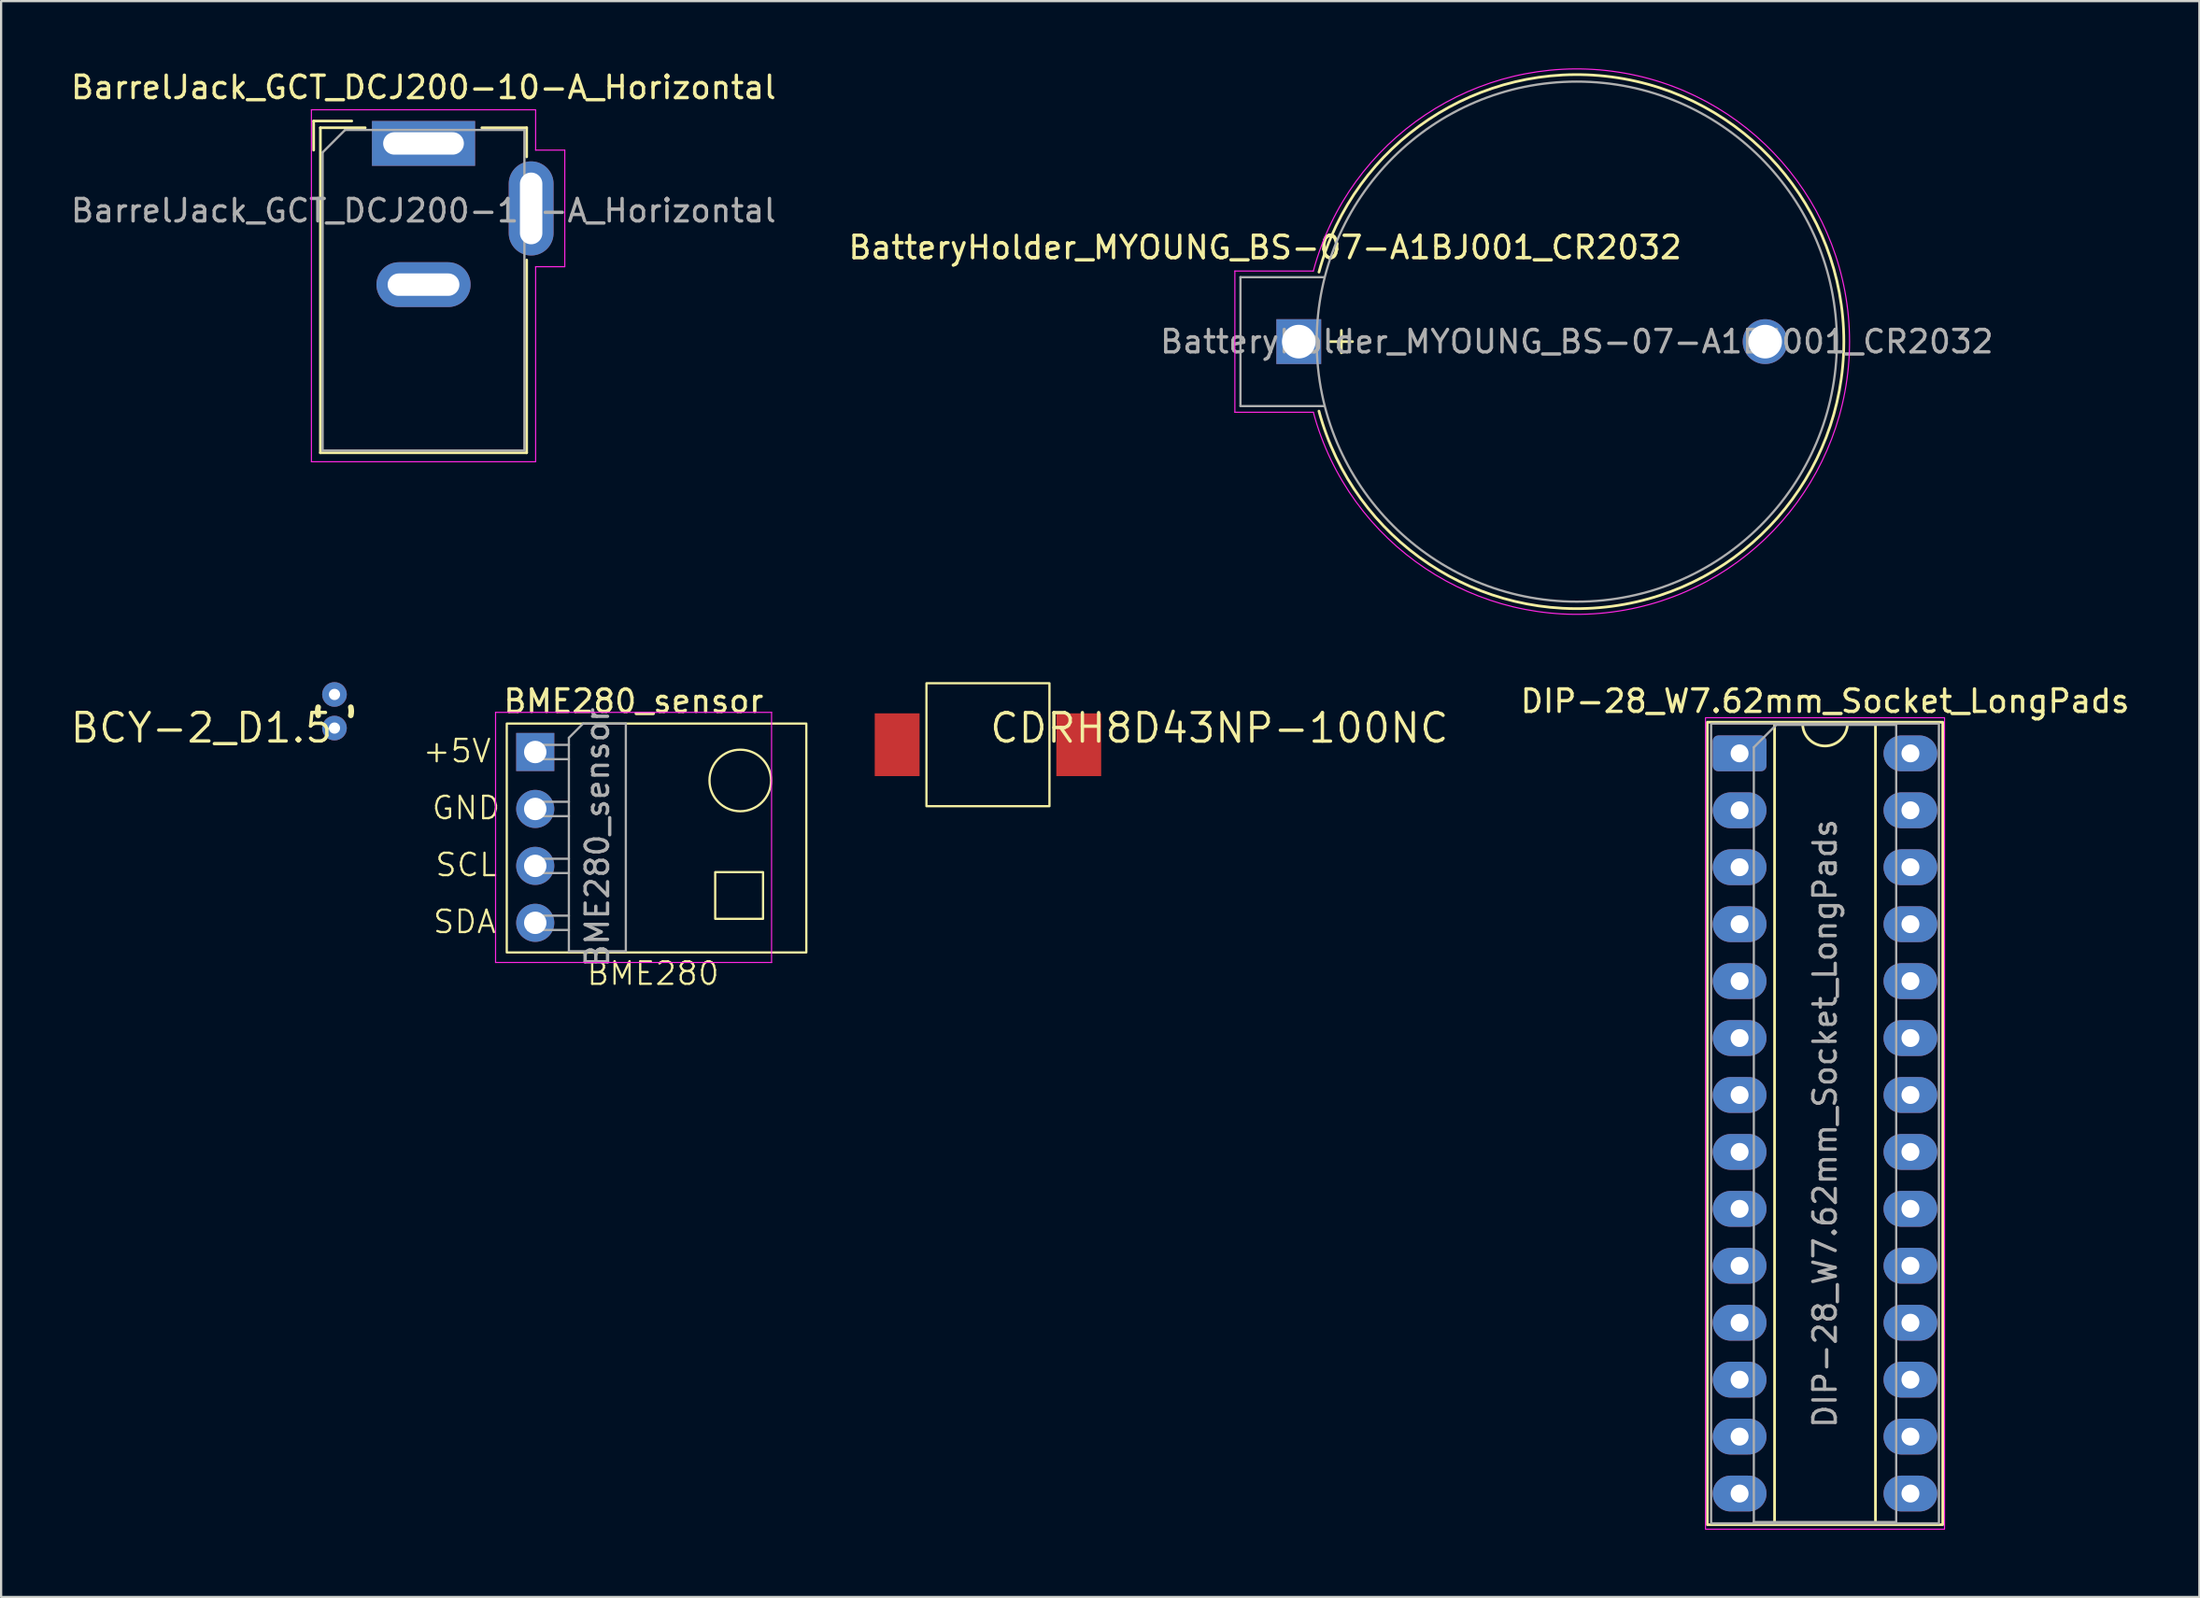
<source format=kicad_pcb>
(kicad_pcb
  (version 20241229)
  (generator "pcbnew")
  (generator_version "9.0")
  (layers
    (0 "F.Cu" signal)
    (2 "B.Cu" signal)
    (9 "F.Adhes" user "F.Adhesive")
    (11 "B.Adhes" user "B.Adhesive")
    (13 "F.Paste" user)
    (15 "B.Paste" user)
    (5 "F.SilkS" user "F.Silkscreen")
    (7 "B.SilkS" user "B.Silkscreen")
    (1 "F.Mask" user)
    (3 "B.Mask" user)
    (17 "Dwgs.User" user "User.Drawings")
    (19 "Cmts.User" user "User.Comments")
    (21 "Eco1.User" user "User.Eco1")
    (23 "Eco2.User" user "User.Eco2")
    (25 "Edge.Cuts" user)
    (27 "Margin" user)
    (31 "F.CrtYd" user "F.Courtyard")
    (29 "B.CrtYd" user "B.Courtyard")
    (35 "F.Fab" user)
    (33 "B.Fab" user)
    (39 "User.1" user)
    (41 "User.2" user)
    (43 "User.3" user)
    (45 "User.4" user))
  (footprint "BCY-2_D1.5"
    (layer "F.Cu")
    (at 11.868 28.68)
    (property "Reference" "BCY-2_D1.5" (at 0 0 180) (layer "F.SilkS") (effects (font (size 1.27 1.27) (thickness 0.15)) (justify right top)))
    (fp_arc (start -0.727 0.182) (mid -0.7495 0) (end -0.727 -0.182) (stroke (width 0.25) (type solid)) (layer "F.SilkS"))
    (fp_arc (start 0.727 -0.182) (mid 0.7495 0) (end 0.727 0.182) (stroke (width 0.25) (type solid)) (layer "F.SilkS"))
    (pad "1" thru_hole circle (at 0 -0.75) (size 1.1 1.1) (drill 0.5) (layers "*.Cu" "*.Mask"))
    (pad "2" thru_hole circle (at 0 0.75) (size 1.1 1.1) (drill 0.5) (layers "*.Cu" "*.Mask")))
  (footprint "BarrelJack_GCT_DCJ200-10-A_Horizontal"
    (layer "F.Cu")
    (at 15.839 3.348)
    (property "Reference" "BarrelJack_GCT_DCJ200-10-A_Horizontal" (at 0 -2.5 180) (layer "F.SilkS") (effects (font (size 1 1) (thickness 0.15))))
    (attr through_hole)
    (fp_line (start -4.9 -1) (end -4.9 0.3) (stroke (width 0.12) (type solid)) (layer "F.SilkS"))
    (fp_line (start -4.6 -0.7) (end -2.6 -0.7) (stroke (width 0.12) (type solid)) (layer "F.SilkS"))
    (fp_line (start -4.6 13.8) (end -4.6 -0.7) (stroke (width 0.12) (type solid)) (layer "F.SilkS"))
    (fp_line (start -3.2 -1) (end -4.9 -1) (stroke (width 0.12) (type solid)) (layer "F.SilkS"))
    (fp_line (start 2.6 -0.7) (end 4.6 -0.7) (stroke (width 0.12) (type solid)) (layer "F.SilkS"))
    (fp_line (start 4.6 -0.7) (end 4.6 0.6) (stroke (width 0.12) (type solid)) (layer "F.SilkS"))
    (fp_line (start 4.6 5.2) (end 4.6 13.8) (stroke (width 0.12) (type solid)) (layer "F.SilkS"))
    (fp_line (start 4.6 13.8) (end -4.6 13.8) (stroke (width 0.12) (type solid)) (layer "F.SilkS"))
    (fp_line (start -5 -1.5) (end -5 14.2) (stroke (width 0.05) (type solid)) (layer "F.CrtYd"))
    (fp_line (start -5 14.2) (end 5 14.2) (stroke (width 0.05) (type solid)) (layer "F.CrtYd"))
    (fp_line (start 5 -1.5) (end -5 -1.5) (stroke (width 0.05) (type solid)) (layer "F.CrtYd"))
    (fp_line (start 5 0.3) (end 5 -1.5) (stroke (width 0.05) (type solid)) (layer "F.CrtYd"))
    (fp_line (start 5 14.2) (end 5 5.5) (stroke (width 0.05) (type solid)) (layer "F.CrtYd"))
    (fp_line (start 6.3 0.3) (end 5 0.3) (stroke (width 0.05) (type solid)) (layer "F.CrtYd"))
    (fp_line (start 6.3 0.3) (end 6.3 5.5) (stroke (width 0.05) (type solid)) (layer "F.CrtYd"))
    (fp_line (start 6.3 5.5) (end 5 5.5) (stroke (width 0.05) (type solid)) (layer "F.CrtYd"))
    (fp_line (start -4.5 0.4) (end -3.5 -0.6) (stroke (width 0.1) (type solid)) (layer "F.Fab"))
    (fp_line (start -4.5 13.7) (end -4.5 0.4) (stroke (width 0.1) (type solid)) (layer "F.Fab"))
    (fp_line (start 4.5 -0.6) (end -3.5 -0.6) (stroke (width 0.1) (type solid)) (layer "F.Fab"))
    (fp_line (start 4.5 -0.6) (end 4.5 13.7) (stroke (width 0.1) (type solid)) (layer "F.Fab"))
    (fp_line (start 4.5 13.7) (end -4.5 13.7) (stroke (width 0.1) (type solid)) (layer "F.Fab"))
    (fp_text user "${REFERENCE}" (at 0 3 180) (layer "F.Fab") (effects (font (size 1 1) (thickness 0.15))))
    (pad "1" thru_hole rect (at 0 0) (size 4.6 2) (drill oval 3.6 1) (layers "*.Cu" "*.Mask"))
    (pad "2" thru_hole oval (at 0 6.3) (size 4.2 2) (drill oval 3.2 1) (layers "*.Cu" "*.Mask"))
    (pad "3" thru_hole oval (at 4.8 2.9) (size 2 4.2) (drill oval 1 3.2) (layers "*.Cu" "*.Mask")))
  (footprint "CDRH8D43NP-100NC"
    (layer "F.Cu")
    (at 41.013 30.173)
    (property "Reference" "CDRH8D43NP-100NC" (at 0 0 0) (layer "F.SilkS") (effects (font (size 1.27 1.27) (thickness 0.15)) (justify left bottom)))
    (fp_rect (start -2.743 -2.743) (end 2.743 2.743) (stroke (width 0.1) (type default)) (fill no) (layer "F.SilkS"))
    (pad "1" smd rect (at -4.05 0) (size 2 2.8) (layers "F.Cu" "F.Mask" "F.Paste"))
    (pad "2" smd rect (at 4.05 0) (size 2 2.8) (layers "F.Cu" "F.Mask" "F.Paste")))
  (footprint "BatteryHolder_MYOUNG_BS-07-A1BJ001_CR2032"
    (layer "F.Cu")
    (at 54.875 12.19)
    (property "Reference" "BatteryHolder_MYOUNG_BS-07-A1BJ001_CR2032" (at -1.5 -4.2 0) (unlocked yes) (layer "F.SilkS") (effects (font (size 1 1) (thickness 0.15))))
    (attr through_hole)
    (fp_line (start 1.4 0) (end 2.4 0) (stroke (width 0.12) (type default)) (layer "F.SilkS"))
    (fp_line (start 1.9 -0.5) (end 1.9 0.5) (stroke (width 0.12) (type default)) (layer "F.SilkS"))
    (fp_arc (start 0.900001 -3.1) (mid 24.310499 0) (end 0.900001 3.1) (stroke (width 0.12) (type default)) (layer "F.SilkS"))
    (fp_line (start -2.85 -3.15) (end 0.65 -3.15) (stroke (width 0.05) (type default)) (layer "F.CrtYd"))
    (fp_line (start -2.85 3.15) (end -2.85 -3.15) (stroke (width 0.05) (type default)) (layer "F.CrtYd"))
    (fp_line (start 0.65 3.15) (end -2.85 3.15) (stroke (width 0.05) (type default)) (layer "F.CrtYd"))
    (fp_arc (start 0.65 -3.15) (mid 24.564907 0) (end 0.65 3.15) (stroke (width 0.05) (type default)) (layer "F.CrtYd"))
    (fp_line (start -2.6 -2.875) (end -2.6 2.875) (stroke (width 0.1) (type default)) (layer "F.Fab"))
    (fp_line (start -2.6 -2.875) (end 1.15 -2.875) (stroke (width 0.1) (type default)) (layer "F.Fab"))
    (fp_line (start -2.6 2.875) (end 1.15 2.875) (stroke (width 0.1) (type default)) (layer "F.Fab"))
    (fp_circle (center 12.4 0) (end 24 0) (stroke (width 0.1) (type default)) (fill no) (layer "F.Fab"))
    (fp_text user "${REFERENCE}" (at 12.4 0 0) (unlocked yes) (layer "F.Fab") (effects (font (size 1 1) (thickness 0.15))))
    (pad "1" thru_hole rect (at 0 0 180) (size 2 2) (drill 1.5) (layers "*.Cu" "*.Mask"))
    (pad "2" thru_hole circle (at 20.8 0 180) (size 2 2) (drill 1.5) (layers "*.Cu" "*.Mask")))
  (footprint "BME280_sensor"
    (layer "F.Cu")
    (at 20.822 30.498)
    (property "Reference" "BME280_sensor" (at 4.385 -2.27 180) (layer "F.SilkS") (effects (font (size 1 1) (thickness 0.15))))
    (attr through_hole)
    (fp_rect (start -1.27 -1.27) (end 12.09 8.941) (stroke (width 0.1) (type default)) (fill no) (layer "F.SilkS"))
    (fp_rect (start 8.026 5.359) (end 10.16 7.442) (stroke (width 0.1) (type default)) (fill no) (layer "F.SilkS"))
    (fp_circle (center 9.144 1.269) (end 10.211 2.133) (stroke (width 0.1) (type default)) (fill no) (layer "F.SilkS"))
    (fp_line (start -1.77 -1.77) (end -1.77 9.39) (stroke (width 0.05) (type solid)) (layer "F.CrtYd"))
    (fp_line (start -1.77 9.39) (end 10.54 9.39) (stroke (width 0.05) (type solid)) (layer "F.CrtYd"))
    (fp_line (start 10.54 -1.77) (end -1.77 -1.77) (stroke (width 0.05) (type solid)) (layer "F.CrtYd"))
    (fp_line (start 10.54 9.39) (end 10.54 -1.77) (stroke (width 0.05) (type solid)) (layer "F.CrtYd"))
    (fp_line (start -0.32 -0.32) (end -0.32 0.32) (stroke (width 0.1) (type solid)) (layer "F.Fab"))
    (fp_line (start -0.32 -0.32) (end 1.5 -0.32) (stroke (width 0.1) (type solid)) (layer "F.Fab"))
    (fp_line (start -0.32 0.32) (end 1.5 0.32) (stroke (width 0.1) (type solid)) (layer "F.Fab"))
    (fp_line (start -0.32 2.22) (end -0.32 2.86) (stroke (width 0.1) (type solid)) (layer "F.Fab"))
    (fp_line (start -0.32 2.22) (end 1.5 2.22) (stroke (width 0.1) (type solid)) (layer "F.Fab"))
    (fp_line (start -0.32 2.86) (end 1.5 2.86) (stroke (width 0.1) (type solid)) (layer "F.Fab"))
    (fp_line (start -0.32 4.76) (end -0.32 5.4) (stroke (width 0.1) (type solid)) (layer "F.Fab"))
    (fp_line (start -0.32 4.76) (end 1.5 4.76) (stroke (width 0.1) (type solid)) (layer "F.Fab"))
    (fp_line (start -0.32 5.4) (end 1.5 5.4) (stroke (width 0.1) (type solid)) (layer "F.Fab"))
    (fp_line (start -0.32 7.3) (end -0.32 7.94) (stroke (width 0.1) (type solid)) (layer "F.Fab"))
    (fp_line (start -0.32 7.3) (end 1.5 7.3) (stroke (width 0.1) (type solid)) (layer "F.Fab"))
    (fp_line (start -0.32 7.94) (end 1.5 7.94) (stroke (width 0.1) (type solid)) (layer "F.Fab"))
    (fp_line (start 1.5 -0.635) (end 2.135 -1.27) (stroke (width 0.1) (type solid)) (layer "F.Fab"))
    (fp_line (start 1.5 8.89) (end 1.5 -0.635) (stroke (width 0.1) (type solid)) (layer "F.Fab"))
    (fp_line (start 2.135 -1.27) (end 4.04 -1.27) (stroke (width 0.1) (type solid)) (layer "F.Fab"))
    (fp_line (start 4.04 -1.27) (end 4.04 8.89) (stroke (width 0.1) (type solid)) (layer "F.Fab"))
    (fp_line (start 4.04 8.89) (end 1.5 8.89) (stroke (width 0.1) (type solid)) (layer "F.Fab"))
    (fp_text user "SCL" (at -4.521 5.62 0) (unlocked yes) (layer "F.SilkS") (effects (font (size 1 1) (thickness 0.1)) (justify left bottom)))
    (fp_text user "+5V" (at -5.08 0.539 0) (unlocked yes) (layer "F.SilkS") (effects (font (size 1 1) (thickness 0.1)) (justify left bottom)))
    (fp_text user "BME280" (at 2.235 10.465 0) (unlocked yes) (layer "F.SilkS") (effects (font (size 1 1) (thickness 0.1)) (justify left bottom)))
    (fp_text user "SDA" (at -4.623 8.159 0) (unlocked yes) (layer "F.SilkS") (effects (font (size 1 1) (thickness 0.1)) (justify left bottom)))
    (fp_text user "GND" (at -4.674 3.079 0) (unlocked yes) (layer "F.SilkS") (effects (font (size 1 1) (thickness 0.1)) (justify left bottom)))
    (fp_text user "${REFERENCE}" (at 2.77 3.81 270) (layer "F.Fab") (effects (font (size 1 1) (thickness 0.15))))
    (pad "1" thru_hole rect (at 0 0) (size 1.7 1.7) (drill 1) (layers "*.Cu" "*.Mask"))
    (pad "2" thru_hole circle (at 0 2.54) (size 1.7 1.7) (drill 1) (layers "*.Cu" "*.Mask"))
    (pad "3" thru_hole circle (at 0 5.08) (size 1.7 1.7) (drill 1) (layers "*.Cu" "*.Mask"))
    (pad "4" thru_hole circle (at 0 7.62) (size 1.7 1.7) (drill 1) (layers "*.Cu" "*.Mask")))
  (footprint "DIP-28_W7.62mm_Socket_LongPads"
    (layer "F.Cu")
    (at 74.536 30.558)
    (property "Reference" "DIP-28_W7.62mm_Socket_LongPads" (at 3.81 -2.33 0) (layer "F.SilkS") (effects (font (size 1 1) (thickness 0.15))))
    (attr through_hole)
    (fp_line (start 1.56 -1.33) (end 1.56 34.35) (stroke (width 0.12) (type solid)) (layer "F.SilkS"))
    (fp_line (start 1.56 34.35) (end 6.06 34.35) (stroke (width 0.12) (type solid)) (layer "F.SilkS"))
    (fp_line (start 2.81 -1.33) (end 1.56 -1.33) (stroke (width 0.12) (type solid)) (layer "F.SilkS"))
    (fp_line (start 6.06 -1.33) (end 4.81 -1.33) (stroke (width 0.12) (type solid)) (layer "F.SilkS"))
    (fp_line (start 6.06 34.35) (end 6.06 -1.33) (stroke (width 0.12) (type solid)) (layer "F.SilkS"))
    (fp_rect (start -1.44 -1.39) (end 9.06 34.41) (stroke (width 0.12) (type solid)) (fill no) (layer "F.SilkS"))
    (fp_arc (start 4.81 -1.33) (mid 3.81 -0.33) (end 2.81 -1.33) (stroke (width 0.12) (type solid)) (layer "F.SilkS"))
    (fp_rect (start -1.52 -1.59) (end 9.14 34.61) (stroke (width 0.05) (type solid)) (fill no) (layer "F.CrtYd"))
    (fp_line (start 0.635 -0.27) (end 1.635 -1.27) (stroke (width 0.1) (type solid)) (layer "F.Fab"))
    (fp_line (start 0.635 34.29) (end 0.635 -0.27) (stroke (width 0.1) (type solid)) (layer "F.Fab"))
    (fp_line (start 1.635 -1.27) (end 6.985 -1.27) (stroke (width 0.1) (type solid)) (layer "F.Fab"))
    (fp_line (start 6.985 -1.27) (end 6.985 34.29) (stroke (width 0.1) (type solid)) (layer "F.Fab"))
    (fp_line (start 6.985 34.29) (end 0.635 34.29) (stroke (width 0.1) (type solid)) (layer "F.Fab"))
    (fp_rect (start -1.27 -1.33) (end 8.89 34.35) (stroke (width 0.1) (type solid)) (fill no) (layer "F.Fab"))
    (fp_text user "${REFERENCE}" (at 3.81 16.51 90) (layer "F.Fab") (effects (font (size 1 1) (thickness 0.15))))
    (pad "1" thru_hole roundrect (at 0 0) (size 2.4 1.6) (drill 0.8) (layers "*.Cu" "*.Mask") (roundrect_rratio 0.156))
    (pad "2" thru_hole oval (at 0 2.54) (size 2.4 1.6) (drill 0.8) (layers "*.Cu" "*.Mask"))
    (pad "3" thru_hole oval (at 0 5.08) (size 2.4 1.6) (drill 0.8) (layers "*.Cu" "*.Mask"))
    (pad "4" thru_hole oval (at 0 7.62) (size 2.4 1.6) (drill 0.8) (layers "*.Cu" "*.Mask"))
    (pad "5" thru_hole oval (at 0 10.16) (size 2.4 1.6) (drill 0.8) (layers "*.Cu" "*.Mask"))
    (pad "6" thru_hole oval (at 0 12.7) (size 2.4 1.6) (drill 0.8) (layers "*.Cu" "*.Mask"))
    (pad "7" thru_hole oval (at 0 15.24) (size 2.4 1.6) (drill 0.8) (layers "*.Cu" "*.Mask"))
    (pad "8" thru_hole oval (at 0 17.78) (size 2.4 1.6) (drill 0.8) (layers "*.Cu" "*.Mask"))
    (pad "9" thru_hole oval (at 0 20.32) (size 2.4 1.6) (drill 0.8) (layers "*.Cu" "*.Mask"))
    (pad "10" thru_hole oval (at 0 22.86) (size 2.4 1.6) (drill 0.8) (layers "*.Cu" "*.Mask"))
    (pad "11" thru_hole oval (at 0 25.4) (size 2.4 1.6) (drill 0.8) (layers "*.Cu" "*.Mask"))
    (pad "12" thru_hole oval (at 0 27.94) (size 2.4 1.6) (drill 0.8) (layers "*.Cu" "*.Mask"))
    (pad "13" thru_hole oval (at 0 30.48) (size 2.4 1.6) (drill 0.8) (layers "*.Cu" "*.Mask"))
    (pad "14" thru_hole oval (at 0 33.02) (size 2.4 1.6) (drill 0.8) (layers "*.Cu" "*.Mask"))
    (pad "15" thru_hole oval (at 7.62 33.02) (size 2.4 1.6) (drill 0.8) (layers "*.Cu" "*.Mask"))
    (pad "16" thru_hole oval (at 7.62 30.48) (size 2.4 1.6) (drill 0.8) (layers "*.Cu" "*.Mask"))
    (pad "17" thru_hole oval (at 7.62 27.94) (size 2.4 1.6) (drill 0.8) (layers "*.Cu" "*.Mask"))
    (pad "18" thru_hole oval (at 7.62 25.4) (size 2.4 1.6) (drill 0.8) (layers "*.Cu" "*.Mask"))
    (pad "19" thru_hole oval (at 7.62 22.86) (size 2.4 1.6) (drill 0.8) (layers "*.Cu" "*.Mask"))
    (pad "20" thru_hole oval (at 7.62 20.32) (size 2.4 1.6) (drill 0.8) (layers "*.Cu" "*.Mask"))
    (pad "21" thru_hole oval (at 7.62 17.78) (size 2.4 1.6) (drill 0.8) (layers "*.Cu" "*.Mask"))
    (pad "22" thru_hole oval (at 7.62 15.24) (size 2.4 1.6) (drill 0.8) (layers "*.Cu" "*.Mask"))
    (pad "23" thru_hole oval (at 7.62 12.7) (size 2.4 1.6) (drill 0.8) (layers "*.Cu" "*.Mask"))
    (pad "24" thru_hole oval (at 7.62 10.16) (size 2.4 1.6) (drill 0.8) (layers "*.Cu" "*.Mask"))
    (pad "25" thru_hole oval (at 7.62 7.62) (size 2.4 1.6) (drill 0.8) (layers "*.Cu" "*.Mask"))
    (pad "26" thru_hole oval (at 7.62 5.08) (size 2.4 1.6) (drill 0.8) (layers "*.Cu" "*.Mask"))
    (pad "27" thru_hole oval (at 7.62 2.54) (size 2.4 1.6) (drill 0.8) (layers "*.Cu" "*.Mask"))
    (pad "28" thru_hole oval (at 7.62 0) (size 2.4 1.6) (drill 0.8) (layers "*.Cu" "*.Mask")))
  (gr_rect
    (start -3 -3)
    (end 95.043 68.193)
    (stroke (width 0.1) (type default))
    (fill no)
    (layer "Edge.Cuts")))
</source>
